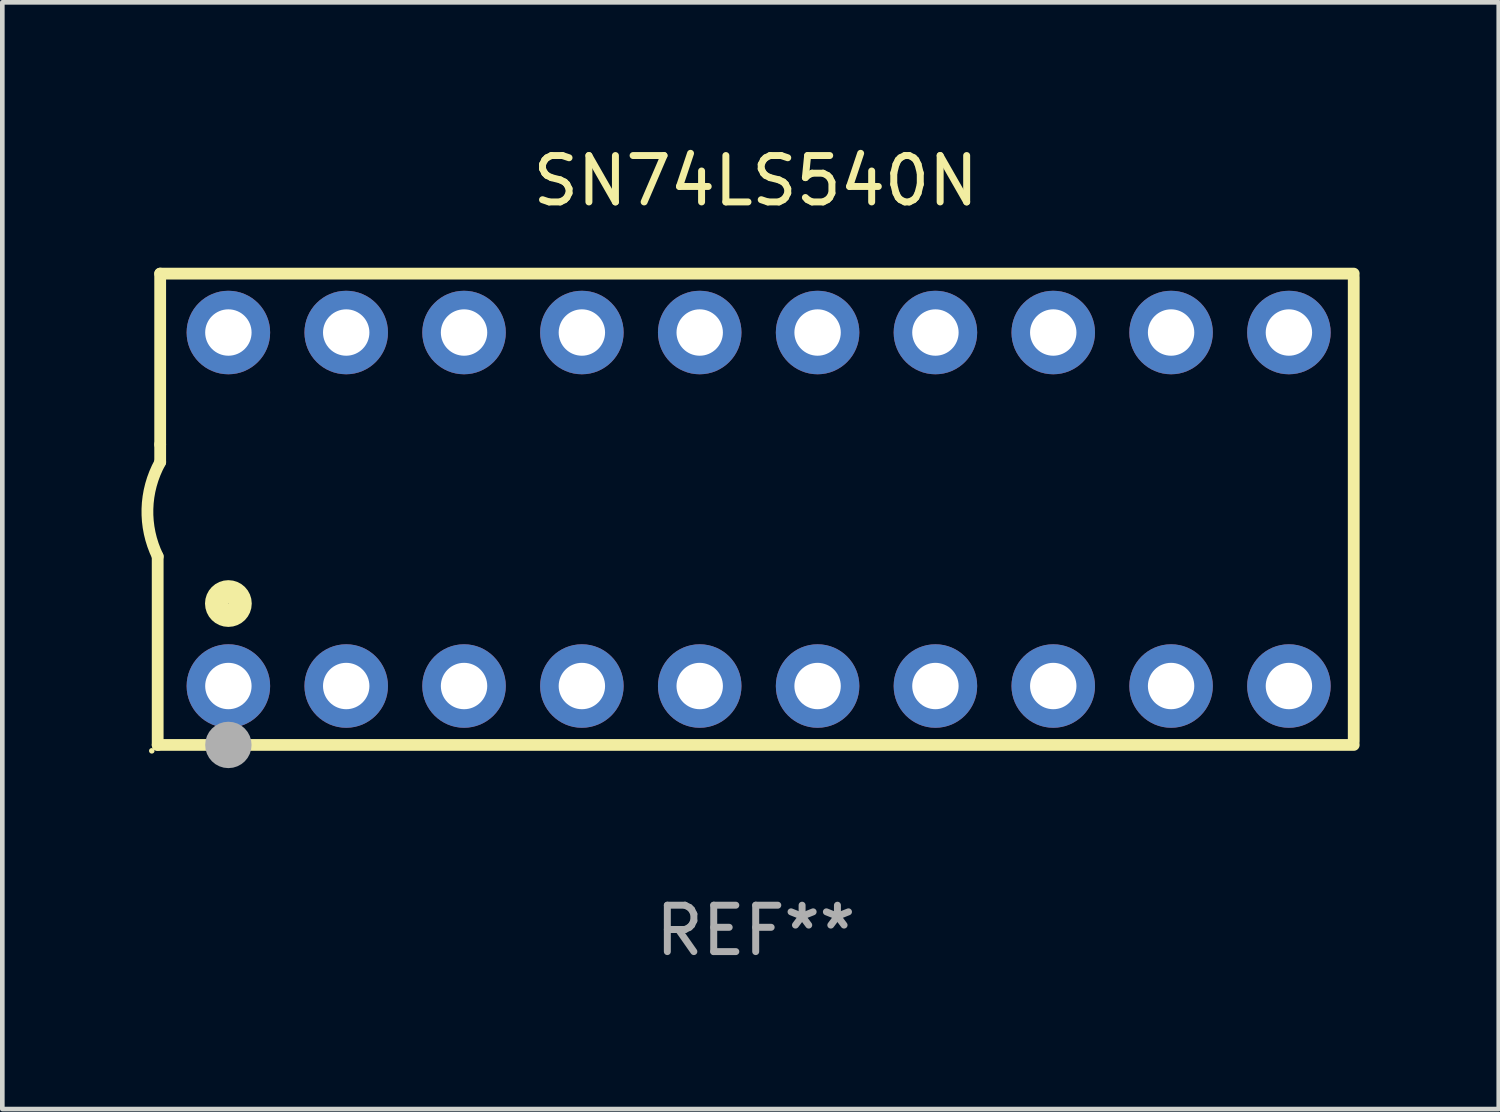
<source format=kicad_pcb>
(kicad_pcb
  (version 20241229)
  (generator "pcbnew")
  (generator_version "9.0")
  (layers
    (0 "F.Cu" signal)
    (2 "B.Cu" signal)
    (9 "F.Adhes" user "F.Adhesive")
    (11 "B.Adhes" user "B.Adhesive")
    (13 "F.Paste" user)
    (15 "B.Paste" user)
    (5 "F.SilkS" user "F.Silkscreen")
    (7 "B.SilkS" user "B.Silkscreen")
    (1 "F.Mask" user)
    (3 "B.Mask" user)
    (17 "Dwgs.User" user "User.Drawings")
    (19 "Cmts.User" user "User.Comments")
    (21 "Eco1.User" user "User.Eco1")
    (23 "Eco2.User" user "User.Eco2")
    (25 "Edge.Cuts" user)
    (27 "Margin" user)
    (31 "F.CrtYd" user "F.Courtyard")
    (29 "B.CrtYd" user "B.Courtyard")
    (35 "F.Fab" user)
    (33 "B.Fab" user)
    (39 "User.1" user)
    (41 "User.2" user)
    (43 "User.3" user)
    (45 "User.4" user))
  (footprint "SN74LS540N"
    (layer "F.Cu")
    (at 13.24 7.928)
    (property "Reference" "SN74LS540N" (at 0 -7.08 0) (layer "F.SilkS") (effects (font (size 1 1) (thickness 0.15))))
    (attr through_hole)
    (fp_line (start -12.891 5.08) (end -12.891 1.016) (stroke (width 0.254) (type solid)) (layer "F.SilkS"))
    (fp_line (start -12.891 5.08) (end 12.891 5.08) (stroke (width 0.254) (type solid)) (layer "F.SilkS"))
    (fp_line (start -12.837 -5.08) (end -12.837 -1.397) (stroke (width 0.254) (type solid)) (layer "F.SilkS"))
    (fp_line (start -12.837 -5.08) (end 12.891 -5.08) (stroke (width 0.254) (type solid)) (layer "F.SilkS"))
    (fp_line (start -12.837 -1.397) (end -12.837 -1.016) (stroke (width 0.254) (type solid)) (layer "F.SilkS"))
    (fp_line (start 12.891 -5) (end 12.891 5) (stroke (width 0.254) (type solid)) (layer "F.SilkS"))
    (fp_arc (start -12.890526 1.016002) (mid -13.111945 -0.006602) (end -12.836525 -1.016002) (stroke (width 0.254001) (type solid)) (layer "F.SilkS"))
    (fp_circle (center -13.018 5.207) (end -12.988 5.207) (stroke (width 0.06) (type solid)) (fill no) (layer "F.SilkS"))
    (fp_circle (center -11.367 2.032) (end -11.113 2.032) (stroke (width 0.5) (type solid)) (fill no) (layer "F.SilkS"))
    (fp_circle (center -11.367 5.08) (end -11.117 5.08) (stroke (width 0.5) (type solid)) (fill no) (layer "F.Fab"))
    (fp_text user "REF**" (at 0 9.08 0) (layer "F.Fab") (effects (font (size 1 1) (thickness 0.15))))
    (pad "1" thru_hole circle (at -11.367 3.81) (size 1.8 1.8) (drill 1) (layers "*.Cu" "*.Mask"))
    (pad "2" thru_hole circle (at -8.827 3.81) (size 1.8 1.8) (drill 1) (layers "*.Cu" "*.Mask"))
    (pad "3" thru_hole circle (at -6.287 3.81) (size 1.8 1.8) (drill 1) (layers "*.Cu" "*.Mask"))
    (pad "4" thru_hole circle (at -3.747 3.81) (size 1.8 1.8) (drill 1) (layers "*.Cu" "*.Mask"))
    (pad "5" thru_hole circle (at -1.207 3.81) (size 1.8 1.8) (drill 1) (layers "*.Cu" "*.Mask"))
    (pad "6" thru_hole circle (at 1.334 3.81) (size 1.8 1.8) (drill 1) (layers "*.Cu" "*.Mask"))
    (pad "7" thru_hole circle (at 3.874 3.81) (size 1.8 1.8) (drill 1) (layers "*.Cu" "*.Mask"))
    (pad "8" thru_hole circle (at 6.414 3.81) (size 1.8 1.8) (drill 1) (layers "*.Cu" "*.Mask"))
    (pad "9" thru_hole circle (at 8.954 3.81) (size 1.8 1.8) (drill 1) (layers "*.Cu" "*.Mask"))
    (pad "10" thru_hole circle (at 11.494 3.81) (size 1.8 1.8) (drill 1) (layers "*.Cu" "*.Mask"))
    (pad "11" thru_hole circle (at 11.494 -3.81) (size 1.8 1.8) (drill 1) (layers "*.Cu" "*.Mask"))
    (pad "12" thru_hole circle (at 8.954 -3.81) (size 1.8 1.8) (drill 1) (layers "*.Cu" "*.Mask"))
    (pad "13" thru_hole circle (at 6.414 -3.81) (size 1.8 1.8) (drill 1) (layers "*.Cu" "*.Mask"))
    (pad "14" thru_hole circle (at 3.874 -3.81) (size 1.8 1.8) (drill 1) (layers "*.Cu" "*.Mask"))
    (pad "15" thru_hole circle (at 1.334 -3.81) (size 1.8 1.8) (drill 1) (layers "*.Cu" "*.Mask"))
    (pad "16" thru_hole circle (at -1.207 -3.81) (size 1.8 1.8) (drill 1) (layers "*.Cu" "*.Mask"))
    (pad "17" thru_hole circle (at -3.747 -3.81) (size 1.8 1.8) (drill 1) (layers "*.Cu" "*.Mask"))
    (pad "18" thru_hole circle (at -6.287 -3.81) (size 1.8 1.8) (drill 1) (layers "*.Cu" "*.Mask"))
    (pad "19" thru_hole circle (at -8.827 -3.81) (size 1.8 1.8) (drill 1) (layers "*.Cu" "*.Mask"))
    (pad "20" thru_hole circle (at -11.367 -3.81) (size 1.8 1.8) (drill 1) (layers "*.Cu" "*.Mask")))
  (gr_rect
    (start -3 -3)
    (end 29.257 20.857)
    (stroke (width 0.1) (type default))
    (fill no)
    (layer "Edge.Cuts")))
</source>
